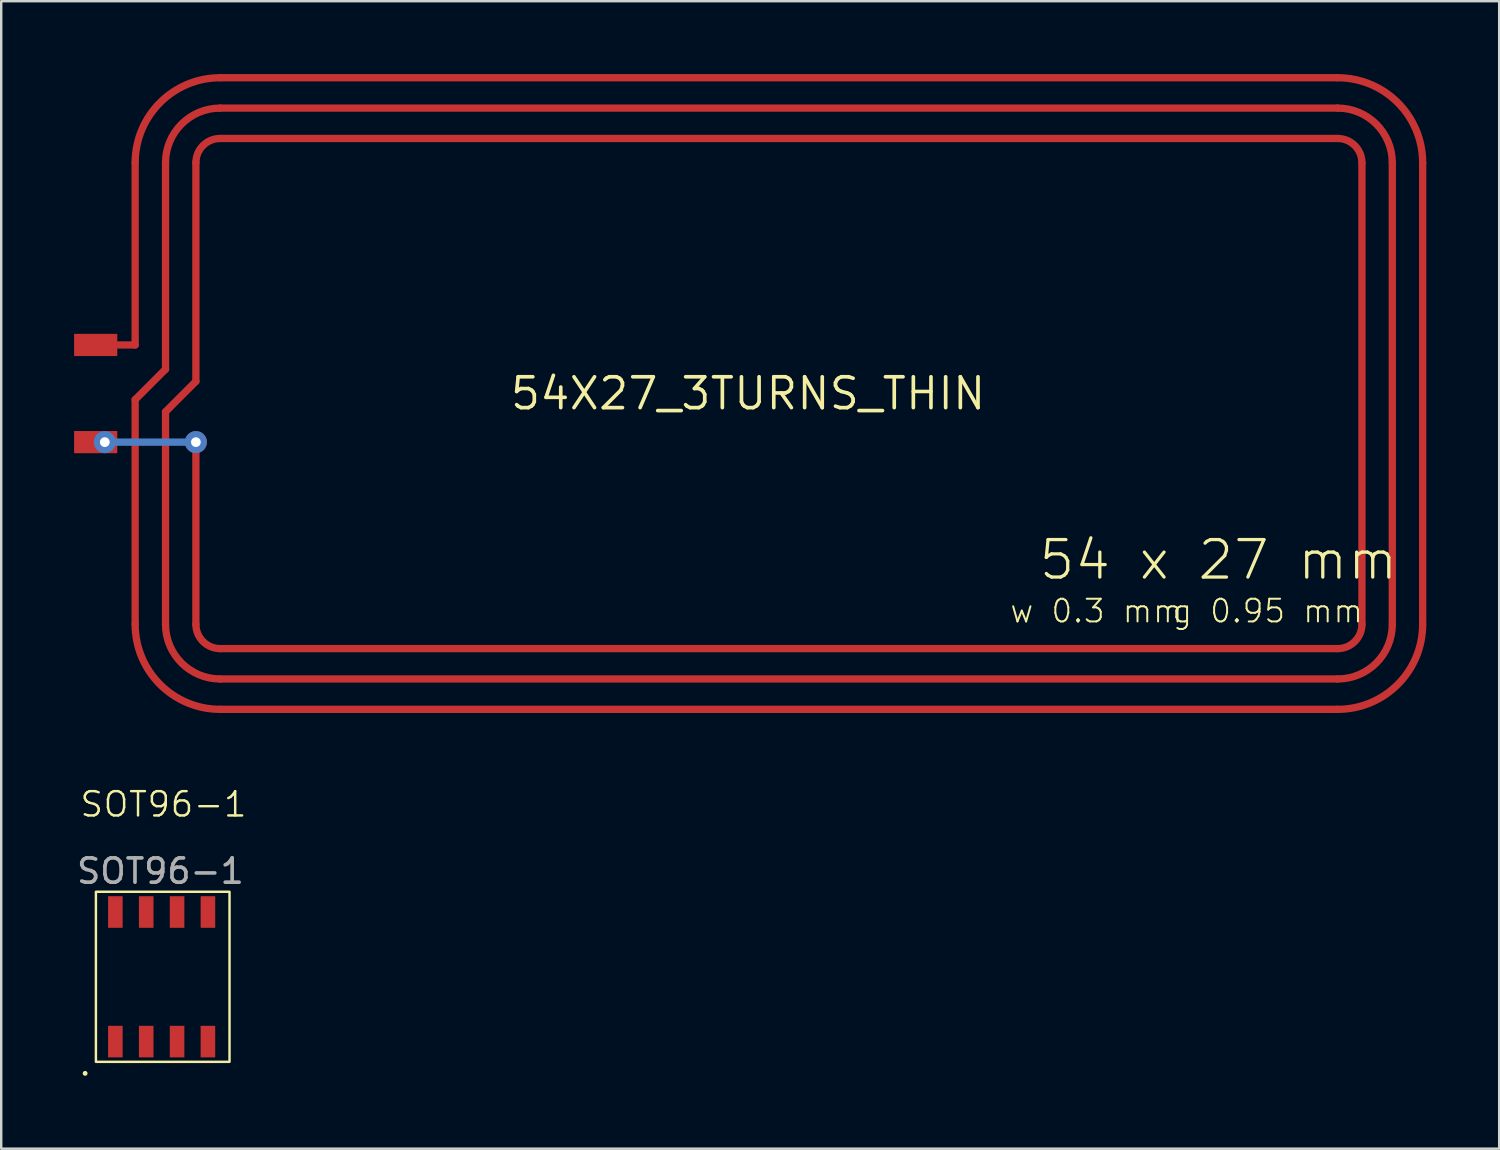
<source format=kicad_pcb>
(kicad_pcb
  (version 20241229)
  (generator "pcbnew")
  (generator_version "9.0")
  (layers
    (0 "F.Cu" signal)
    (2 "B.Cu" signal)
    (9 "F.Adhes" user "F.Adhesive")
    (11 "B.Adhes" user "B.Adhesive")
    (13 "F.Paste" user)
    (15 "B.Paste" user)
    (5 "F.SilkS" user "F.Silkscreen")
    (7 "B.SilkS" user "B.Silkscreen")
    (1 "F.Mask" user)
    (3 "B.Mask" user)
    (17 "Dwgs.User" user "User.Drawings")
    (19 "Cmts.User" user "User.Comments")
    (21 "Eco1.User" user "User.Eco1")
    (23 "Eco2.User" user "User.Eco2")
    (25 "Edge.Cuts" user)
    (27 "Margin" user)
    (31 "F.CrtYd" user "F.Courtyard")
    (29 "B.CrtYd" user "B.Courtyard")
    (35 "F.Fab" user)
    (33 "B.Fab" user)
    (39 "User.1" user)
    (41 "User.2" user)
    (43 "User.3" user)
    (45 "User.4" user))
  (footprint "54X27_3TURNS_THIN"
    (layer "F.Cu")
    (at 27.744 13.15)
    (property "Reference" "54X27_3TURNS_THIN" (at 0 0 0) (layer "F.SilkS") (effects (font (size 1.27 1.27) (thickness 0.15))))
    (fp_line (start -25.23 -2) (end -26.48 -2) (stroke (width 0.3) (type solid)) (layer "F.Cu"))
    (fp_line (start -25.23 -2) (end -25.23 -9.5) (stroke (width 0.3) (type solid)) (layer "F.Cu"))
    (fp_line (start -25.23 0.25) (end -23.98 -1) (stroke (width 0.3) (type solid)) (layer "F.Cu"))
    (fp_line (start -25.23 9.5) (end -25.23 0.25) (stroke (width 0.3) (type solid)) (layer "F.Cu"))
    (fp_line (start -23.98 -1) (end -23.98 -9.5) (stroke (width 0.3) (type solid)) (layer "F.Cu"))
    (fp_line (start -23.98 0.75) (end -22.73 -0.5) (stroke (width 0.3) (type solid)) (layer "F.Cu"))
    (fp_line (start -23.98 9.5) (end -23.98 0.75) (stroke (width 0.3) (type solid)) (layer "F.Cu"))
    (fp_line (start -22.73 -0.5) (end -22.73 -9.5) (stroke (width 0.3) (type solid)) (layer "F.Cu"))
    (fp_line (start -22.73 9.5) (end -22.73 2) (stroke (width 0.3) (type solid)) (layer "F.Cu"))
    (fp_line (start -21.73 -13) (end 24.27 -13) (stroke (width 0.3) (type solid)) (layer "F.Cu"))
    (fp_line (start -21.73 -11.75) (end 24.27 -11.75) (stroke (width 0.3) (type solid)) (layer "F.Cu"))
    (fp_line (start -21.73 -10.5) (end 24.27 -10.5) (stroke (width 0.3) (type solid)) (layer "F.Cu"))
    (fp_line (start 24.27 10.5) (end -21.73 10.5) (stroke (width 0.3) (type solid)) (layer "F.Cu"))
    (fp_line (start 24.27 11.75) (end -21.73 11.75) (stroke (width 0.3) (type solid)) (layer "F.Cu"))
    (fp_line (start 24.27 13) (end -21.73 13) (stroke (width 0.3) (type solid)) (layer "F.Cu"))
    (fp_line (start 25.27 -9.5) (end 25.27 9.5) (stroke (width 0.3) (type solid)) (layer "F.Cu"))
    (fp_line (start 26.52 -9.5) (end 26.52 9.5) (stroke (width 0.3) (type solid)) (layer "F.Cu"))
    (fp_line (start 27.77 -9.5) (end 27.77 9.5) (stroke (width 0.3) (type solid)) (layer "F.Cu"))
    (fp_arc (start -25.23 -9.5) (mid -24.204874 -11.974874) (end -21.73 -13) (stroke (width 0.3) (type solid)) (layer "F.Cu"))
    (fp_arc (start -23.98 -9.5) (mid -23.32099 -11.09099) (end -21.73 -11.75) (stroke (width 0.3) (type solid)) (layer "F.Cu"))
    (fp_arc (start -22.73 -9.5) (mid -22.437107 -10.207107) (end -21.73 -10.5) (stroke (width 0.3) (type solid)) (layer "F.Cu"))
    (fp_arc (start -21.73 10.5) (mid -22.437107 10.207107) (end -22.73 9.5) (stroke (width 0.3) (type solid)) (layer "F.Cu"))
    (fp_arc (start -21.73 11.75) (mid -23.32099 11.09099) (end -23.98 9.5) (stroke (width 0.3) (type solid)) (layer "F.Cu"))
    (fp_arc (start -21.73 13) (mid -24.204874 11.974874) (end -25.23 9.5) (stroke (width 0.3) (type solid)) (layer "F.Cu"))
    (fp_arc (start 24.27 -13) (mid 26.744874 -11.974874) (end 27.77 -9.5) (stroke (width 0.3) (type solid)) (layer "F.Cu"))
    (fp_arc (start 24.27 -11.75) (mid 25.86099 -11.09099) (end 26.52 -9.5) (stroke (width 0.3) (type solid)) (layer "F.Cu"))
    (fp_arc (start 24.27 -10.5) (mid 24.977107 -10.207107) (end 25.27 -9.5) (stroke (width 0.3) (type solid)) (layer "F.Cu"))
    (fp_arc (start 25.27 9.5) (mid 24.977107 10.207107) (end 24.27 10.5) (stroke (width 0.3) (type solid)) (layer "F.Cu"))
    (fp_arc (start 26.52 9.5) (mid 25.86099 11.09099) (end 24.27 11.75) (stroke (width 0.3) (type solid)) (layer "F.Cu"))
    (fp_arc (start 27.77 9.5) (mid 26.744874 11.974874) (end 24.27 13) (stroke (width 0.3) (type solid)) (layer "F.Cu"))
    (fp_line (start -22.73 2) (end -26.48 2) (stroke (width 0.3) (type solid)) (layer "B.Cu"))
    (fp_text user "g 0.95 mm" (at 17.395 9.5 0) (unlocked yes) (layer "F.SilkS") (effects (font (size 0.935 0.935) (thickness 0.081)) (justify left bottom)))
    (fp_text user "54 x 27 mm" (at 11.895 7.75 0) (unlocked yes) (layer "F.SilkS") (effects (font (size 1.542 1.542) (thickness 0.134)) (justify left bottom)))
    (fp_text user "w 0.3 mm" (at 10.725 9.5 0) (unlocked yes) (layer "F.SilkS") (effects (font (size 0.935 0.935) (thickness 0.081)) (justify left bottom)))
    (pad "1" smd rect (at -26.855 -2) (size 1.778 0.914) (layers "F.Cu" "F.Mask" "F.Paste"))
    (pad "2" smd rect (at -26.855 2) (size 1.778 0.914) (layers "F.Cu" "F.Mask" "F.Paste"))
    (pad "P$1" thru_hole circle (at -26.48 2) (size 0.908 0.908) (drill 0.4) (layers "*.Cu" "*.Mask"))
    (pad "P$2" thru_hole circle (at -22.73 2) (size 0.908 0.908) (drill 0.4) (layers "*.Cu" "*.Mask")))
  (footprint "SOT96-1"
    (layer "F.Cu")
    (at 3.604 37.16)
    (property "Reference" "SOT96-1" (at 0.075 -7.1 0) (unlocked yes) (layer "F.SilkS") (effects (font (size 1 1) (thickness 0.1))))
    (attr smd)
    (fp_rect (start -2.706 -3.5) (end 2.794 3.5) (stroke (width 0.1) (type default)) (fill no) (layer "F.SilkS"))
    (fp_circle (center -3.15 3.975) (end -3.15 4.025) (stroke (width 0.1) (type default)) (fill no) (layer "F.SilkS"))
    (fp_text user "${REFERENCE}" (at -0.05 -4.35 0) (unlocked yes) (layer "F.Fab") (effects (font (size 1 1) (thickness 0.15))))
    (pad "1" smd rect (at -1.905 2.667) (size 0.6 1.3) (layers "F.Cu" "F.Mask" "F.Paste"))
    (pad "2" smd rect (at -0.635 2.667) (size 0.6 1.3) (layers "F.Cu" "F.Mask" "F.Paste"))
    (pad "3" smd rect (at 0.635 2.667) (size 0.6 1.3) (layers "F.Cu" "F.Mask" "F.Paste"))
    (pad "4" smd rect (at 1.905 2.667) (size 0.6 1.3) (layers "F.Cu" "F.Mask" "F.Paste"))
    (pad "5" smd rect (at 1.905 -2.667) (size 0.6 1.3) (layers "F.Cu" "F.Mask" "F.Paste"))
    (pad "6" smd rect (at 0.635 -2.667) (size 0.6 1.3) (layers "F.Cu" "F.Mask" "F.Paste"))
    (pad "7" smd rect (at -0.635 -2.667) (size 0.6 1.3) (layers "F.Cu" "F.Mask" "F.Paste"))
    (pad "8" smd rect (at -1.905 -2.667) (size 0.6 1.3) (layers "F.Cu" "F.Mask" "F.Paste")))
  (gr_rect
    (start -3 -3)
    (end 58.664 44.236)
    (stroke (width 0.1) (type default))
    (fill no)
    (layer "Edge.Cuts")))
</source>
